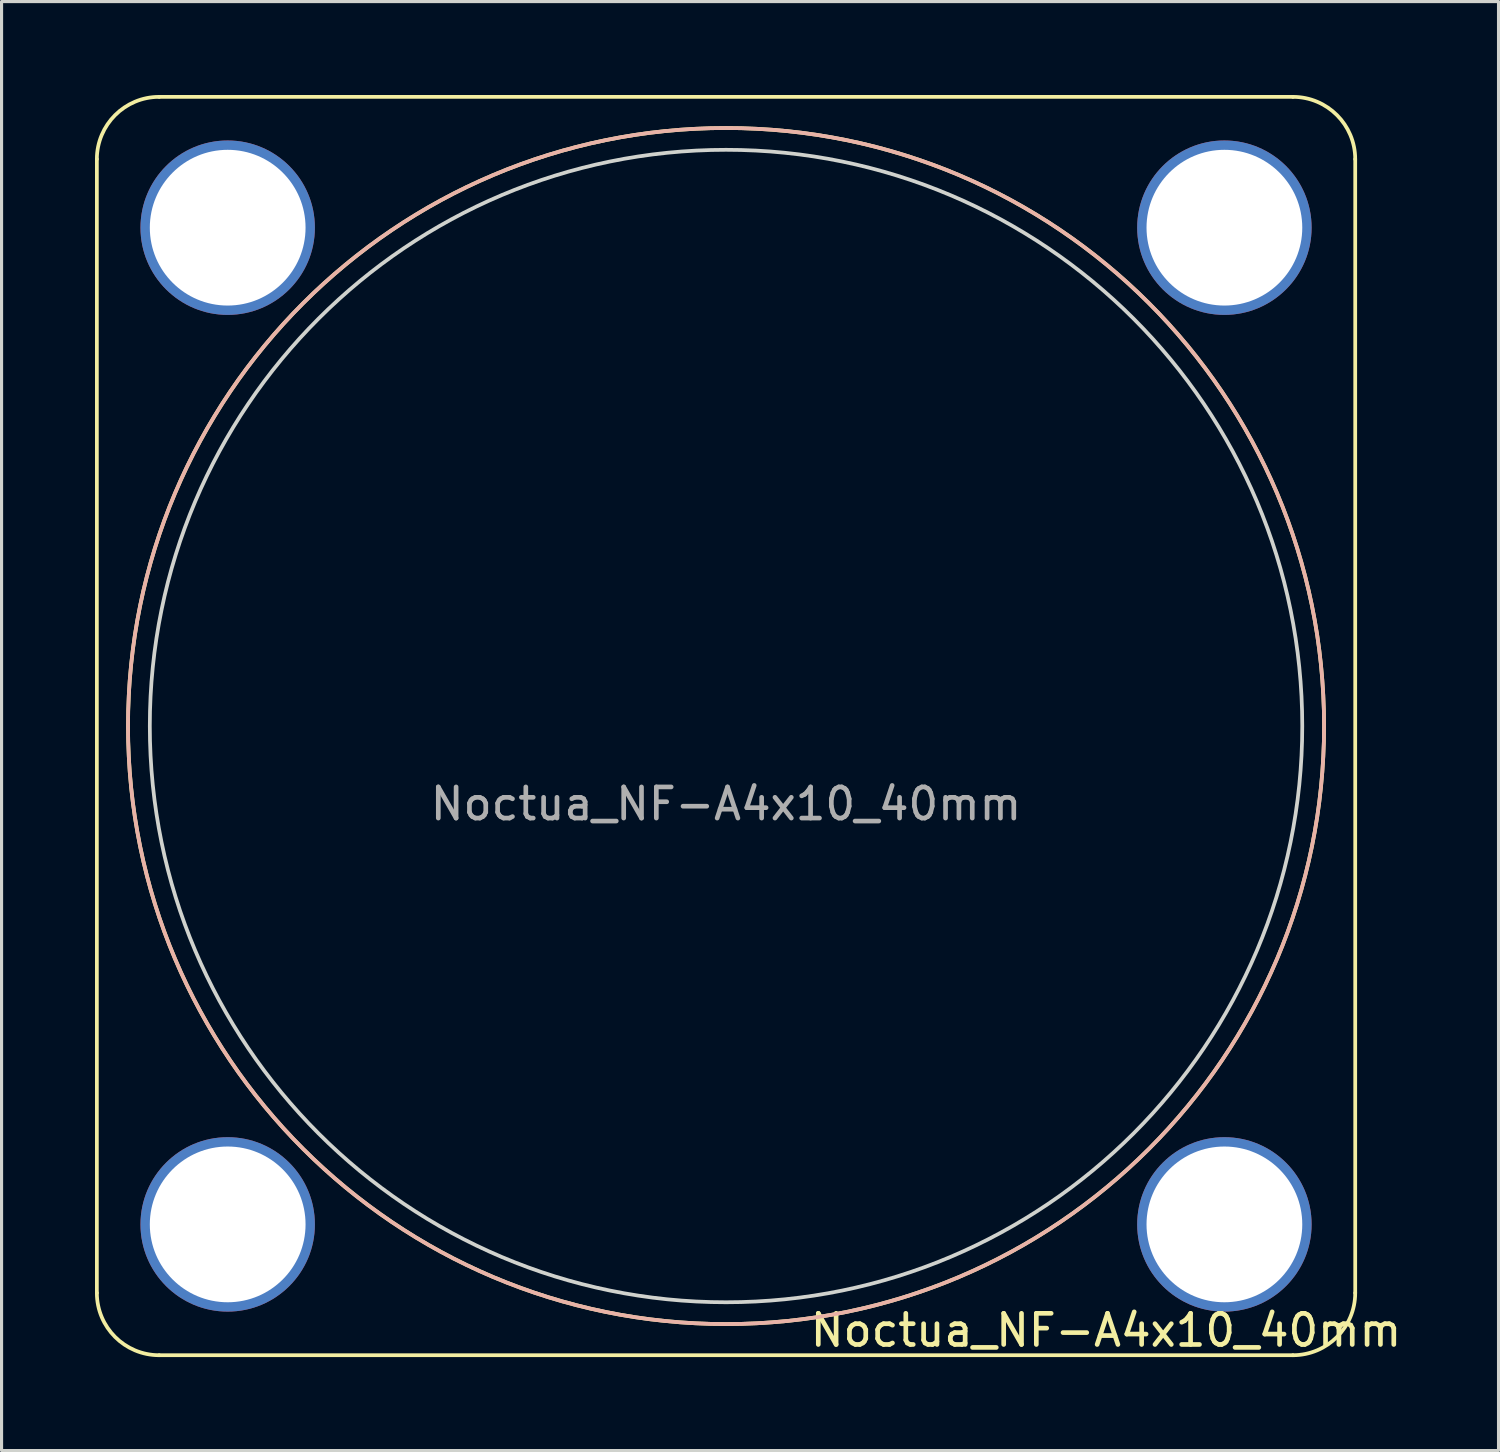
<source format=kicad_pcb>
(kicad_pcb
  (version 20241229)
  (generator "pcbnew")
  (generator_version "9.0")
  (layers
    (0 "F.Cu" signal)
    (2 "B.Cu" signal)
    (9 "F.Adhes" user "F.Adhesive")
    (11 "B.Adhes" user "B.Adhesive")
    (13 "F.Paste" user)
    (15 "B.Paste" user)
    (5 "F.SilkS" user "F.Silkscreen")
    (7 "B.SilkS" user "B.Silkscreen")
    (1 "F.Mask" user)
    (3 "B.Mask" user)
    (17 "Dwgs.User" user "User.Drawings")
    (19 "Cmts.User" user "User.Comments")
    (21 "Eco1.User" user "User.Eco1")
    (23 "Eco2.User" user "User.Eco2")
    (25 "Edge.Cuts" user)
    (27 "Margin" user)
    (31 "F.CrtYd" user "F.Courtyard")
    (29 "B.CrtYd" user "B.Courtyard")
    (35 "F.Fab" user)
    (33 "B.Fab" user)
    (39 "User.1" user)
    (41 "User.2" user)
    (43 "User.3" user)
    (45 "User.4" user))
  (footprint "Noctua_NF-A4x10_40mm"
    (layer "F.Cu")
    (at 20.26 20.26)
    (property "Reference" "Noctua_NF-A4x10_40mm" (at 12.2 19.4 0) (unlocked yes) (layer "F.SilkS") (effects (font (size 1 1) (thickness 0.15))))
    (attr through_hole exclude_from_pos_files exclude_from_bom allow_missing_courtyard)
    (fp_line (start -20.2 18.2) (end -20.2 -18.2) (stroke (width 0.12) (type default)) (layer "F.SilkS"))
    (fp_line (start -18.2 -20.2) (end 18.2 -20.2) (stroke (width 0.12) (type default)) (layer "F.SilkS"))
    (fp_line (start 18.2 20.2) (end -18.2 20.2) (stroke (width 0.12) (type default)) (layer "F.SilkS"))
    (fp_line (start 20.2 -18.2) (end 20.2 18.2) (stroke (width 0.12) (type default)) (layer "F.SilkS"))
    (fp_arc (start -20.2 -18.2) (mid -19.614214 -19.614214) (end -18.2 -20.2) (stroke (width 0.12) (type default)) (layer "F.SilkS"))
    (fp_arc (start -18.2 20.2) (mid -19.614214 19.614214) (end -20.2 18.2) (stroke (width 0.12) (type default)) (layer "F.SilkS"))
    (fp_arc (start 18.2 -20.2) (mid 19.614214 -19.614214) (end 20.2 -18.2) (stroke (width 0.12) (type default)) (layer "F.SilkS"))
    (fp_arc (start 20.2 18.2) (mid 19.614214 19.614214) (end 18.2 20.2) (stroke (width 0.12) (type default)) (layer "F.SilkS"))
    (fp_circle (center 0 0) (end 19.2 0) (stroke (width 0.12) (type default)) (fill no) (layer "F.SilkS"))
    (fp_circle (center 0 0) (end 19.2 0) (stroke (width 0.12) (type default)) (fill no) (layer "B.SilkS"))
    (fp_circle (center 0 0) (end 18.5 0) (stroke (width 0.12) (type default)) (fill no) (layer "Edge.Cuts"))
    (fp_text user "${REFERENCE}" (at 0 2.5 0) (unlocked yes) (layer "F.Fab") (effects (font (size 1 1) (thickness 0.15))))
    (pad "" np_thru_hole circle (at -16 -16) (size 5.6 5.6) (drill 5) (layers "*.Cu" "*.Mask"))
    (pad "" np_thru_hole circle (at -16 16) (size 5.6 5.6) (drill 5) (layers "*.Cu" "*.Mask"))
    (pad "" np_thru_hole circle (at 16 -16) (size 5.6 5.6) (drill 5) (layers "*.Cu" "*.Mask"))
    (pad "" np_thru_hole circle (at 16 16) (size 5.6 5.6) (drill 5) (layers "*.Cu" "*.Mask")))
  (gr_rect
    (start -3 -3)
    (end 45.061 43.52)
    (stroke (width 0.1) (type default))
    (fill no)
    (layer "Edge.Cuts")))
</source>
